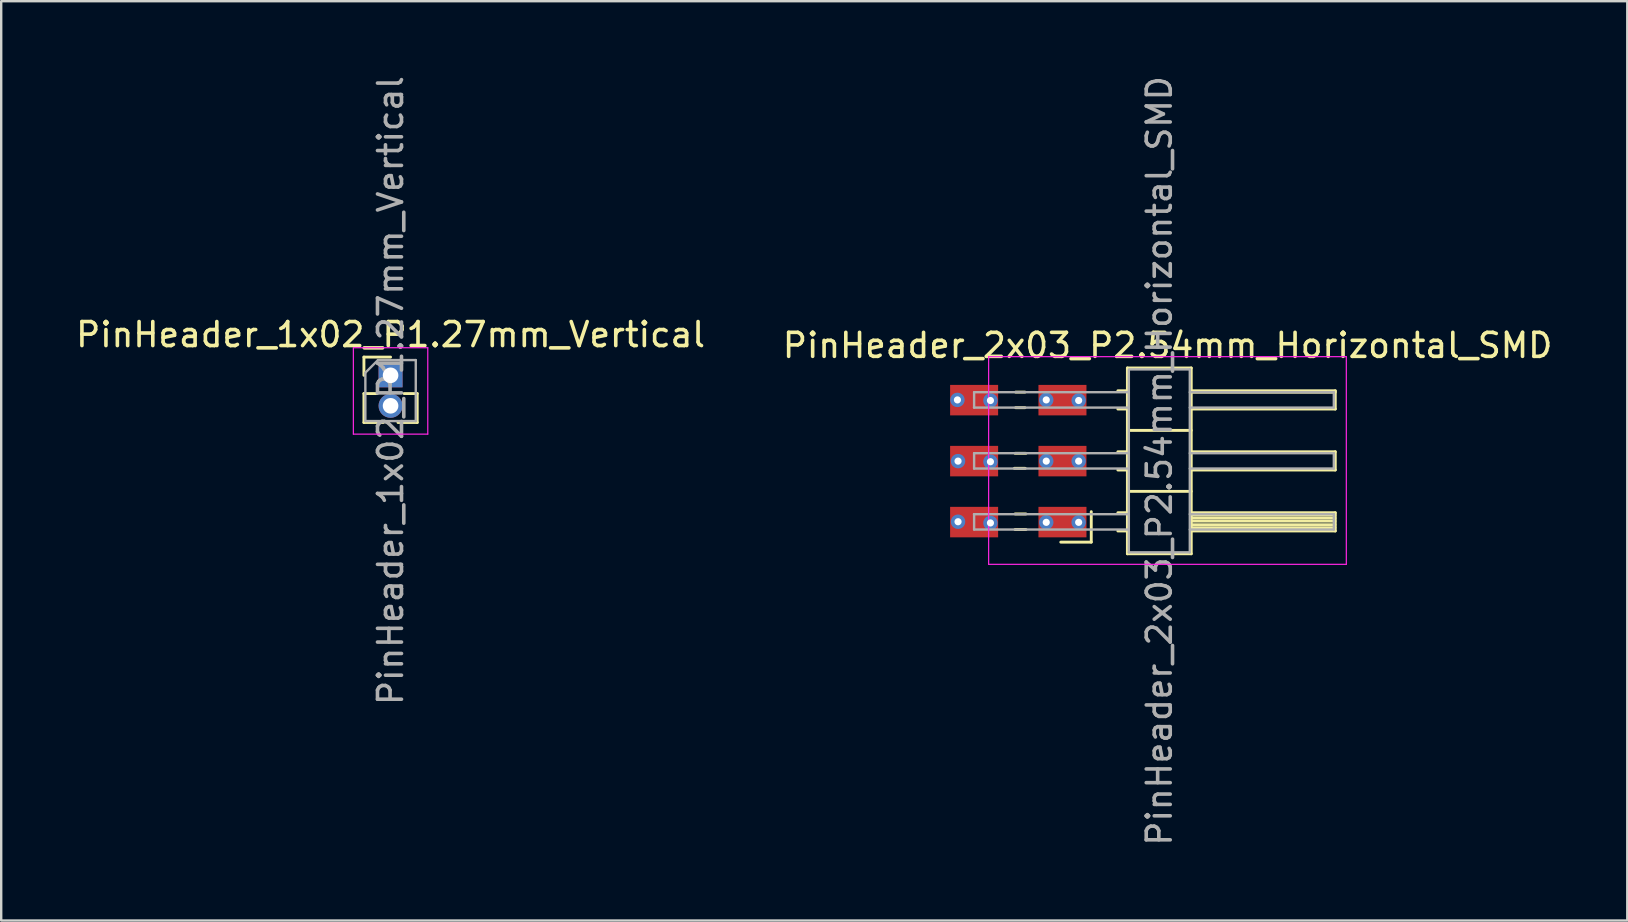
<source format=kicad_pcb>
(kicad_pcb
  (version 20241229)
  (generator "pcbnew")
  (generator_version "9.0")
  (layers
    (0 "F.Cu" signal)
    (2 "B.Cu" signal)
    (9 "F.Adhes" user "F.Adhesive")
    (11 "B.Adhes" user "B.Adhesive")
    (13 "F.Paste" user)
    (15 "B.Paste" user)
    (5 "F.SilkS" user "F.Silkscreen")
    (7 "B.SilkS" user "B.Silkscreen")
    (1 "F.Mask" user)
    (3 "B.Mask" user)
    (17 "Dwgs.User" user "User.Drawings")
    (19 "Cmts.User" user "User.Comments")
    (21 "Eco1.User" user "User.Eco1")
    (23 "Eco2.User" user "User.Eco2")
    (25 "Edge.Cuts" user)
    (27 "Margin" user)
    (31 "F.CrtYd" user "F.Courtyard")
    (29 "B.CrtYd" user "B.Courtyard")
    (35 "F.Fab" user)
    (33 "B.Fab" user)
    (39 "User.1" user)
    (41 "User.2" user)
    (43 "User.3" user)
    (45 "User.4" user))
  (footprint "PinHeader_1x02_P1.27mm_Vertical"
    (layer "F.Cu")
    (at 13.22 12.585)
    (property "Reference" "PinHeader_1x02_P1.27mm_Vertical" (at 0 -1.695 0) (layer "F.SilkS") (effects (font (size 1 1) (thickness 0.15))))
    (attr through_hole)
    (fp_line (start -1.11 -0.76) (end 0 -0.76) (stroke (width 0.12) (type solid)) (layer "F.SilkS"))
    (fp_line (start -1.11 0) (end -1.11 -0.76) (stroke (width 0.12) (type solid)) (layer "F.SilkS"))
    (fp_line (start -1.11 0.76) (end -1.11 1.965) (stroke (width 0.12) (type solid)) (layer "F.SilkS"))
    (fp_line (start -1.11 0.76) (end -0.563 0.76) (stroke (width 0.12) (type solid)) (layer "F.SilkS"))
    (fp_line (start -1.11 1.965) (end -0.308 1.965) (stroke (width 0.12) (type solid)) (layer "F.SilkS"))
    (fp_line (start 0.308 1.965) (end 1.11 1.965) (stroke (width 0.12) (type solid)) (layer "F.SilkS"))
    (fp_line (start 0.563 0.76) (end 1.11 0.76) (stroke (width 0.12) (type solid)) (layer "F.SilkS"))
    (fp_line (start 1.11 0.76) (end 1.11 1.965) (stroke (width 0.12) (type solid)) (layer "F.SilkS"))
    (fp_line (start -1.55 -1.15) (end -1.55 2.45) (stroke (width 0.05) (type solid)) (layer "F.CrtYd"))
    (fp_line (start -1.55 2.45) (end 1.55 2.45) (stroke (width 0.05) (type solid)) (layer "F.CrtYd"))
    (fp_line (start 1.55 -1.15) (end -1.55 -1.15) (stroke (width 0.05) (type solid)) (layer "F.CrtYd"))
    (fp_line (start 1.55 2.45) (end 1.55 -1.15) (stroke (width 0.05) (type solid)) (layer "F.CrtYd"))
    (fp_line (start -1.05 -0.11) (end -0.525 -0.635) (stroke (width 0.1) (type solid)) (layer "F.Fab"))
    (fp_line (start -1.05 1.905) (end -1.05 -0.11) (stroke (width 0.1) (type solid)) (layer "F.Fab"))
    (fp_line (start -0.525 -0.635) (end 1.05 -0.635) (stroke (width 0.1) (type solid)) (layer "F.Fab"))
    (fp_line (start 1.05 -0.635) (end 1.05 1.905) (stroke (width 0.1) (type solid)) (layer "F.Fab"))
    (fp_line (start 1.05 1.905) (end -1.05 1.905) (stroke (width 0.1) (type solid)) (layer "F.Fab"))
    (fp_text user "${REFERENCE}" (at 0 0.635 90) (layer "F.Fab") (effects (font (size 1 1) (thickness 0.15))))
    (pad "1" thru_hole rect (at 0 0) (size 1 1) (drill 0.65) (layers "*.Cu" "*.Mask"))
    (pad "2" thru_hole oval (at 0 1.27) (size 1 1) (drill 0.65) (layers "*.Cu" "*.Mask")))
  (footprint "PinHeader_2x03_P2.54mm_Horizontal_SMD"
    (layer "F.Cu")
    (at 45.259 16.159)
    (property "Reference" "PinHeader_2x03_P2.54mm_Horizontal_SMD" (at 0.33 -4.82 0) (layer "F.SilkS") (effects (font (size 1 1) (thickness 0.15))))
    (attr smd)
    (fp_line (start -6.054 0.3) (end -5.6 0.3) (stroke (width 0.12) (type solid)) (layer "F.SilkS"))
    (fp_line (start -6.025 -0.325) (end -5.571 -0.325) (stroke (width 0.12) (type solid)) (layer "F.SilkS"))
    (fp_line (start -6.025 2.2) (end -5.571 2.2) (stroke (width 0.12) (type solid)) (layer "F.SilkS"))
    (fp_line (start -6.025 2.85) (end -5.571 2.85) (stroke (width 0.12) (type solid)) (layer "F.SilkS"))
    (fp_line (start -6 -2.875) (end -5.613 -2.875) (stroke (width 0.12) (type solid)) (layer "F.SilkS"))
    (fp_line (start -6 -2.225) (end -5.613 -2.225) (stroke (width 0.12) (type solid)) (layer "F.SilkS"))
    (fp_line (start -4.12 3.375) (end -2.85 3.375) (stroke (width 0.12) (type solid)) (layer "F.SilkS"))
    (fp_line (start -2.85 3.375) (end -2.85 2.105) (stroke (width 0.12) (type solid)) (layer "F.SilkS"))
    (fp_line (start -1.742 -2.93) (end -1.345 -2.93) (stroke (width 0.12) (type solid)) (layer "F.SilkS"))
    (fp_line (start -1.742 -2.17) (end -1.345 -2.17) (stroke (width 0.12) (type solid)) (layer "F.SilkS"))
    (fp_line (start -1.742 -0.39) (end -1.345 -0.39) (stroke (width 0.12) (type solid)) (layer "F.SilkS"))
    (fp_line (start -1.742 0.37) (end -1.345 0.37) (stroke (width 0.12) (type solid)) (layer "F.SilkS"))
    (fp_line (start -1.742 2.15) (end -1.345 2.15) (stroke (width 0.12) (type solid)) (layer "F.SilkS"))
    (fp_line (start -1.742 2.91) (end -1.345 2.91) (stroke (width 0.12) (type solid)) (layer "F.SilkS"))
    (fp_line (start -1.345 -3.88) (end -1.345 3.86) (stroke (width 0.12) (type solid)) (layer "F.SilkS"))
    (fp_line (start -1.345 -1.28) (end 1.315 -1.28) (stroke (width 0.12) (type solid)) (layer "F.SilkS"))
    (fp_line (start -1.345 1.26) (end 1.315 1.26) (stroke (width 0.12) (type solid)) (layer "F.SilkS"))
    (fp_line (start -1.345 3.86) (end 1.315 3.86) (stroke (width 0.12) (type solid)) (layer "F.SilkS"))
    (fp_line (start 1.315 -3.88) (end -1.345 -3.88) (stroke (width 0.12) (type solid)) (layer "F.SilkS"))
    (fp_line (start 1.315 -2.93) (end 7.315 -2.93) (stroke (width 0.12) (type solid)) (layer "F.SilkS"))
    (fp_line (start 1.315 -2.87) (end 7.315 -2.87) (stroke (width 0.12) (type solid)) (layer "F.SilkS"))
    (fp_line (start 1.315 -0.39) (end 7.315 -0.39) (stroke (width 0.12) (type solid)) (layer "F.SilkS"))
    (fp_line (start 1.315 2.15) (end 7.315 2.15) (stroke (width 0.12) (type solid)) (layer "F.SilkS"))
    (fp_line (start 1.315 3.86) (end 1.315 -3.88) (stroke (width 0.12) (type solid)) (layer "F.SilkS"))
    (fp_line (start 1.325 2.25) (end 7.3 2.25) (stroke (width 0.12) (type solid)) (layer "F.SilkS"))
    (fp_line (start 1.325 2.375) (end 7.3 2.375) (stroke (width 0.12) (type solid)) (layer "F.SilkS"))
    (fp_line (start 1.325 2.5) (end 7.3 2.5) (stroke (width 0.12) (type solid)) (layer "F.SilkS"))
    (fp_line (start 1.325 2.775) (end 7.3 2.775) (stroke (width 0.12) (type solid)) (layer "F.SilkS"))
    (fp_line (start 1.35 2.65) (end 7.3 2.65) (stroke (width 0.12) (type solid)) (layer "F.SilkS"))
    (fp_line (start 7.315 -2.93) (end 7.315 -2.17) (stroke (width 0.12) (type solid)) (layer "F.SilkS"))
    (fp_line (start 7.315 -2.17) (end 1.315 -2.17) (stroke (width 0.12) (type solid)) (layer "F.SilkS"))
    (fp_line (start 7.315 -0.39) (end 7.315 0.37) (stroke (width 0.12) (type solid)) (layer "F.SilkS"))
    (fp_line (start 7.315 0.37) (end 1.315 0.37) (stroke (width 0.12) (type solid)) (layer "F.SilkS"))
    (fp_line (start 7.315 2.15) (end 7.315 2.91) (stroke (width 0.12) (type solid)) (layer "F.SilkS"))
    (fp_line (start 7.315 2.91) (end 1.315 2.91) (stroke (width 0.12) (type solid)) (layer "F.SilkS"))
    (fp_line (start -7.125 -4.35) (end -7.125 4.3) (stroke (width 0.05) (type solid)) (layer "F.CrtYd"))
    (fp_line (start -7.125 4.3) (end 7.775 4.3) (stroke (width 0.05) (type solid)) (layer "F.CrtYd"))
    (fp_line (start 7.775 -4.35) (end -7.125 -4.35) (stroke (width 0.05) (type solid)) (layer "F.CrtYd"))
    (fp_line (start 7.775 4.3) (end 7.775 -4.35) (stroke (width 0.05) (type solid)) (layer "F.CrtYd"))
    (fp_line (start -7.735 2.21) (end -1.285 2.21) (stroke (width 0.1) (type solid)) (layer "F.Fab"))
    (fp_line (start -7.734 -2.23) (end -1.285 -2.23) (stroke (width 0.1) (type solid)) (layer "F.Fab"))
    (fp_line (start -7.73 -2.87) (end -7.73 -2.23) (stroke (width 0.1) (type solid)) (layer "F.Fab"))
    (fp_line (start -7.73 -2.87) (end -1.285 -2.87) (stroke (width 0.1) (type solid)) (layer "F.Fab"))
    (fp_line (start -7.73 -0.33) (end -7.73 0.31) (stroke (width 0.1) (type solid)) (layer "F.Fab"))
    (fp_line (start -7.73 -0.33) (end -1.285 -0.33) (stroke (width 0.1) (type solid)) (layer "F.Fab"))
    (fp_line (start -7.73 0.31) (end -1.285 0.31) (stroke (width 0.1) (type solid)) (layer "F.Fab"))
    (fp_line (start -7.73 2.21) (end -7.73 2.85) (stroke (width 0.1) (type solid)) (layer "F.Fab"))
    (fp_line (start -7.73 2.85) (end -1.285 2.85) (stroke (width 0.1) (type solid)) (layer "F.Fab"))
    (fp_line (start -1.285 3.8) (end -1.285 -3.8) (stroke (width 0.1) (type solid)) (layer "F.Fab"))
    (fp_line (start -1.275 -3.82) (end 1.255 -3.82) (stroke (width 0.1) (type solid)) (layer "F.Fab"))
    (fp_line (start 1.255 -3.82) (end 1.255 3.8) (stroke (width 0.1) (type solid)) (layer "F.Fab"))
    (fp_line (start 1.255 -2.87) (end 7.255 -2.87) (stroke (width 0.1) (type solid)) (layer "F.Fab"))
    (fp_line (start 1.255 -2.23) (end 7.255 -2.23) (stroke (width 0.1) (type solid)) (layer "F.Fab"))
    (fp_line (start 1.255 -0.33) (end 7.255 -0.33) (stroke (width 0.1) (type solid)) (layer "F.Fab"))
    (fp_line (start 1.255 0.31) (end 7.255 0.31) (stroke (width 0.1) (type solid)) (layer "F.Fab"))
    (fp_line (start 1.255 2.21) (end 7.255 2.21) (stroke (width 0.1) (type solid)) (layer "F.Fab"))
    (fp_line (start 1.255 2.85) (end 7.255 2.85) (stroke (width 0.1) (type solid)) (layer "F.Fab"))
    (fp_line (start 1.255 3.8) (end -1.285 3.8) (stroke (width 0.1) (type solid)) (layer "F.Fab"))
    (fp_line (start 7.255 -2.87) (end 7.255 -2.23) (stroke (width 0.1) (type solid)) (layer "F.Fab"))
    (fp_line (start 7.255 -0.33) (end 7.255 0.31) (stroke (width 0.1) (type solid)) (layer "F.Fab"))
    (fp_line (start 7.255 2.21) (end 7.255 2.85) (stroke (width 0.1) (type solid)) (layer "F.Fab"))
    (fp_text user "${REFERENCE}" (at -0.015 -0.01 90) (layer "F.Fab") (effects (font (size 1 1) (thickness 0.15))))
    (pad "1" thru_hole circle (at -4.725 2.55) (size 0.6 0.6) (drill 0.3) (layers "*.Cu"))
    (pad "1" smd rect (at -4.05 2.54) (size 2 1.27) (layers "F.Cu" "F.Mask" "F.Paste"))
    (pad "1" thru_hole circle (at -3.375 2.55) (size 0.6 0.6) (drill 0.3) (layers "*.Cu"))
    (pad "2" thru_hole circle (at -8.4 2.525) (size 0.6 0.6) (drill 0.3) (layers "*.Cu"))
    (pad "2" smd rect (at -7.73 2.54) (size 2 1.27) (layers "F.Cu" "F.Mask" "F.Paste"))
    (pad "2" thru_hole circle (at -7.05 2.575) (size 0.6 0.6) (drill 0.3) (layers "*.Cu"))
    (pad "3" thru_hole circle (at -4.725 0) (size 0.6 0.6) (drill 0.3) (layers "*.Cu"))
    (pad "3" smd rect (at -4.05 0) (size 2 1.27) (layers "F.Cu" "F.Mask" "F.Paste"))
    (pad "3" thru_hole circle (at -3.375 0) (size 0.6 0.6) (drill 0.3) (layers "*.Cu"))
    (pad "4" thru_hole circle (at -8.4 0) (size 0.6 0.6) (drill 0.3) (layers "*.Cu"))
    (pad "4" smd rect (at -7.73 0) (size 2 1.27) (layers "F.Cu" "F.Mask" "F.Paste"))
    (pad "4" thru_hole circle (at -7.05 0.025) (size 0.6 0.6) (drill 0.3) (layers "*.Cu"))
    (pad "5" thru_hole circle (at -4.725 -2.55) (size 0.6 0.6) (drill 0.3) (layers "*.Cu"))
    (pad "5" smd rect (at -4.05 -2.54) (size 2 1.27) (layers "F.Cu" "F.Mask" "F.Paste"))
    (pad "5" thru_hole circle (at -3.375 -2.525) (size 0.6 0.6) (drill 0.3) (layers "*.Cu"))
    (pad "6" thru_hole circle (at -8.425 -2.55) (size 0.6 0.6) (drill 0.3) (layers "*.Cu"))
    (pad "6" smd rect (at -7.73 -2.54) (size 2 1.27) (layers "F.Cu" "F.Mask" "F.Paste"))
    (pad "6" thru_hole circle (at -7.05 -2.525) (size 0.6 0.6) (drill 0.3) (layers "*.Cu")))
  (gr_rect
    (start -3 -3)
    (end 64.738 35.298)
    (stroke (width 0.1) (type default))
    (fill no)
    (layer "Edge.Cuts")))
</source>
